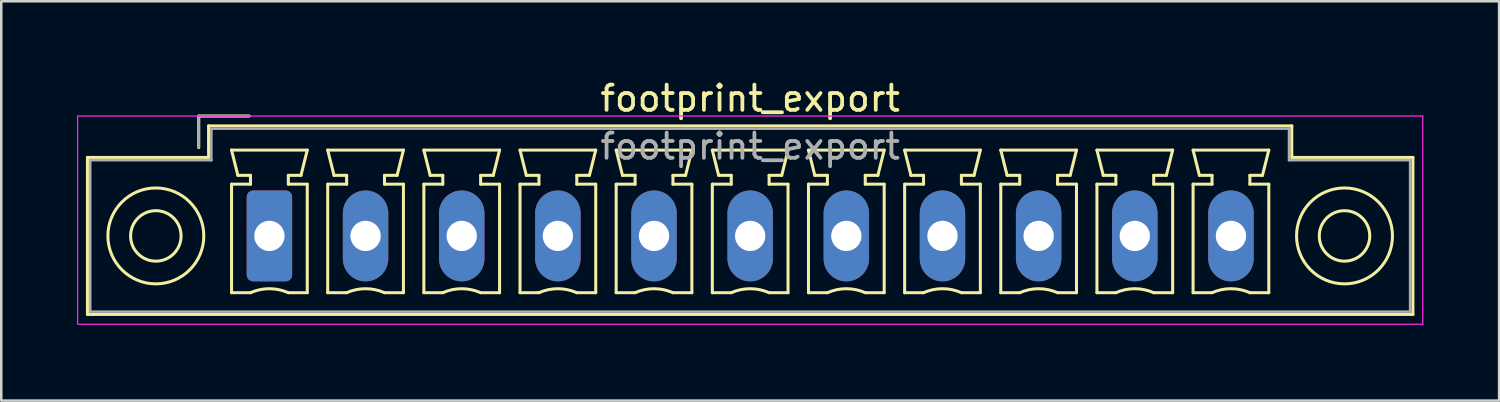
<source format=kicad_pcb>
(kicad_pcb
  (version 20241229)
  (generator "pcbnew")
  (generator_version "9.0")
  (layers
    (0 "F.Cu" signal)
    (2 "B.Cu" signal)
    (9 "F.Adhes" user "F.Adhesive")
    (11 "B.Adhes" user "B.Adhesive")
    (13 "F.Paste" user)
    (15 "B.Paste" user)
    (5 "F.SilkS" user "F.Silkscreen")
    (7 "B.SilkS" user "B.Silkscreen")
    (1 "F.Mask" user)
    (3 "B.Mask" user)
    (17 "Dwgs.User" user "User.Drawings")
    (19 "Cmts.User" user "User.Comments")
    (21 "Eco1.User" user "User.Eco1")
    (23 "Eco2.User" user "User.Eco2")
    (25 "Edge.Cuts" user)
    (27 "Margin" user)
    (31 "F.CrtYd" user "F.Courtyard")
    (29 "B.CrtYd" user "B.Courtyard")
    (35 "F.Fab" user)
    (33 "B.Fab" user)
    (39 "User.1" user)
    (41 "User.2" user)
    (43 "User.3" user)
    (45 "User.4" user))
  (footprint "footprint_export"
    (layer "F.Cu")
    (at 7.625 6.298)
    (property "Reference" "footprint_export" (at 19.05 -5.45 0) (layer "F.SilkS") (effects (font (size 1 1) (thickness 0.15))))
    (attr through_hole)
    (fp_line (start -7.21 -3.11) (end -7.21 3.11) (stroke (width 0.12) (type solid)) (layer "F.SilkS"))
    (fp_line (start -7.21 3.11) (end 45.31 3.11) (stroke (width 0.12) (type solid)) (layer "F.SilkS"))
    (fp_line (start -2.8 -4.75) (end -0.8 -4.75) (stroke (width 0.12) (type solid)) (layer "F.SilkS"))
    (fp_line (start -2.8 -3.5) (end -2.8 -4.75) (stroke (width 0.12) (type solid)) (layer "F.SilkS"))
    (fp_line (start -2.41 -4.36) (end -2.41 -3.11) (stroke (width 0.12) (type solid)) (layer "F.SilkS"))
    (fp_line (start -2.41 -3.11) (end -7.21 -3.11) (stroke (width 0.12) (type solid)) (layer "F.SilkS"))
    (fp_line (start -1.5 -3.4) (end 1.5 -3.4) (stroke (width 0.12) (type solid)) (layer "F.SilkS"))
    (fp_line (start -1.5 -2.05) (end -0.75 -2.05) (stroke (width 0.12) (type solid)) (layer "F.SilkS"))
    (fp_line (start -1.5 2.25) (end -1.5 -2.05) (stroke (width 0.12) (type solid)) (layer "F.SilkS"))
    (fp_line (start -1.25 -2.4) (end -1.5 -3.4) (stroke (width 0.12) (type solid)) (layer "F.SilkS"))
    (fp_line (start -0.75 -2.4) (end -1.25 -2.4) (stroke (width 0.12) (type solid)) (layer "F.SilkS"))
    (fp_line (start -0.75 -2.05) (end -0.75 -2.4) (stroke (width 0.12) (type solid)) (layer "F.SilkS"))
    (fp_line (start -0.75 2.25) (end -1.5 2.25) (stroke (width 0.12) (type solid)) (layer "F.SilkS"))
    (fp_line (start 0.75 -2.4) (end 0.75 -2.05) (stroke (width 0.12) (type solid)) (layer "F.SilkS"))
    (fp_line (start 0.75 -2.05) (end 1.5 -2.05) (stroke (width 0.12) (type solid)) (layer "F.SilkS"))
    (fp_line (start 1.25 -2.4) (end 0.75 -2.4) (stroke (width 0.12) (type solid)) (layer "F.SilkS"))
    (fp_line (start 1.5 -3.4) (end 1.25 -2.4) (stroke (width 0.12) (type solid)) (layer "F.SilkS"))
    (fp_line (start 1.5 -2.05) (end 1.5 2.25) (stroke (width 0.12) (type solid)) (layer "F.SilkS"))
    (fp_line (start 1.5 2.25) (end 0.75 2.25) (stroke (width 0.12) (type solid)) (layer "F.SilkS"))
    (fp_line (start 2.31 -3.4) (end 5.31 -3.4) (stroke (width 0.12) (type solid)) (layer "F.SilkS"))
    (fp_line (start 2.31 -2.05) (end 3.06 -2.05) (stroke (width 0.12) (type solid)) (layer "F.SilkS"))
    (fp_line (start 2.31 2.25) (end 2.31 -2.05) (stroke (width 0.12) (type solid)) (layer "F.SilkS"))
    (fp_line (start 2.56 -2.4) (end 2.31 -3.4) (stroke (width 0.12) (type solid)) (layer "F.SilkS"))
    (fp_line (start 3.06 -2.4) (end 2.56 -2.4) (stroke (width 0.12) (type solid)) (layer "F.SilkS"))
    (fp_line (start 3.06 -2.05) (end 3.06 -2.4) (stroke (width 0.12) (type solid)) (layer "F.SilkS"))
    (fp_line (start 3.06 2.25) (end 2.31 2.25) (stroke (width 0.12) (type solid)) (layer "F.SilkS"))
    (fp_line (start 4.56 -2.4) (end 4.56 -2.05) (stroke (width 0.12) (type solid)) (layer "F.SilkS"))
    (fp_line (start 4.56 -2.05) (end 5.31 -2.05) (stroke (width 0.12) (type solid)) (layer "F.SilkS"))
    (fp_line (start 5.06 -2.4) (end 4.56 -2.4) (stroke (width 0.12) (type solid)) (layer "F.SilkS"))
    (fp_line (start 5.31 -3.4) (end 5.06 -2.4) (stroke (width 0.12) (type solid)) (layer "F.SilkS"))
    (fp_line (start 5.31 -2.05) (end 5.31 2.25) (stroke (width 0.12) (type solid)) (layer "F.SilkS"))
    (fp_line (start 5.31 2.25) (end 4.56 2.25) (stroke (width 0.12) (type solid)) (layer "F.SilkS"))
    (fp_line (start 6.12 -3.4) (end 9.12 -3.4) (stroke (width 0.12) (type solid)) (layer "F.SilkS"))
    (fp_line (start 6.12 -2.05) (end 6.87 -2.05) (stroke (width 0.12) (type solid)) (layer "F.SilkS"))
    (fp_line (start 6.12 2.25) (end 6.12 -2.05) (stroke (width 0.12) (type solid)) (layer "F.SilkS"))
    (fp_line (start 6.37 -2.4) (end 6.12 -3.4) (stroke (width 0.12) (type solid)) (layer "F.SilkS"))
    (fp_line (start 6.87 -2.4) (end 6.37 -2.4) (stroke (width 0.12) (type solid)) (layer "F.SilkS"))
    (fp_line (start 6.87 -2.05) (end 6.87 -2.4) (stroke (width 0.12) (type solid)) (layer "F.SilkS"))
    (fp_line (start 6.87 2.25) (end 6.12 2.25) (stroke (width 0.12) (type solid)) (layer "F.SilkS"))
    (fp_line (start 8.37 -2.4) (end 8.37 -2.05) (stroke (width 0.12) (type solid)) (layer "F.SilkS"))
    (fp_line (start 8.37 -2.05) (end 9.12 -2.05) (stroke (width 0.12) (type solid)) (layer "F.SilkS"))
    (fp_line (start 8.87 -2.4) (end 8.37 -2.4) (stroke (width 0.12) (type solid)) (layer "F.SilkS"))
    (fp_line (start 9.12 -3.4) (end 8.87 -2.4) (stroke (width 0.12) (type solid)) (layer "F.SilkS"))
    (fp_line (start 9.12 -2.05) (end 9.12 2.25) (stroke (width 0.12) (type solid)) (layer "F.SilkS"))
    (fp_line (start 9.12 2.25) (end 8.37 2.25) (stroke (width 0.12) (type solid)) (layer "F.SilkS"))
    (fp_line (start 9.93 -3.4) (end 12.93 -3.4) (stroke (width 0.12) (type solid)) (layer "F.SilkS"))
    (fp_line (start 9.93 -2.05) (end 10.68 -2.05) (stroke (width 0.12) (type solid)) (layer "F.SilkS"))
    (fp_line (start 9.93 2.25) (end 9.93 -2.05) (stroke (width 0.12) (type solid)) (layer "F.SilkS"))
    (fp_line (start 10.18 -2.4) (end 9.93 -3.4) (stroke (width 0.12) (type solid)) (layer "F.SilkS"))
    (fp_line (start 10.68 -2.4) (end 10.18 -2.4) (stroke (width 0.12) (type solid)) (layer "F.SilkS"))
    (fp_line (start 10.68 -2.05) (end 10.68 -2.4) (stroke (width 0.12) (type solid)) (layer "F.SilkS"))
    (fp_line (start 10.68 2.25) (end 9.93 2.25) (stroke (width 0.12) (type solid)) (layer "F.SilkS"))
    (fp_line (start 12.18 -2.4) (end 12.18 -2.05) (stroke (width 0.12) (type solid)) (layer "F.SilkS"))
    (fp_line (start 12.18 -2.05) (end 12.93 -2.05) (stroke (width 0.12) (type solid)) (layer "F.SilkS"))
    (fp_line (start 12.68 -2.4) (end 12.18 -2.4) (stroke (width 0.12) (type solid)) (layer "F.SilkS"))
    (fp_line (start 12.93 -3.4) (end 12.68 -2.4) (stroke (width 0.12) (type solid)) (layer "F.SilkS"))
    (fp_line (start 12.93 -2.05) (end 12.93 2.25) (stroke (width 0.12) (type solid)) (layer "F.SilkS"))
    (fp_line (start 12.93 2.25) (end 12.18 2.25) (stroke (width 0.12) (type solid)) (layer "F.SilkS"))
    (fp_line (start 13.74 -3.4) (end 16.74 -3.4) (stroke (width 0.12) (type solid)) (layer "F.SilkS"))
    (fp_line (start 13.74 -2.05) (end 14.49 -2.05) (stroke (width 0.12) (type solid)) (layer "F.SilkS"))
    (fp_line (start 13.74 2.25) (end 13.74 -2.05) (stroke (width 0.12) (type solid)) (layer "F.SilkS"))
    (fp_line (start 13.99 -2.4) (end 13.74 -3.4) (stroke (width 0.12) (type solid)) (layer "F.SilkS"))
    (fp_line (start 14.49 -2.4) (end 13.99 -2.4) (stroke (width 0.12) (type solid)) (layer "F.SilkS"))
    (fp_line (start 14.49 -2.05) (end 14.49 -2.4) (stroke (width 0.12) (type solid)) (layer "F.SilkS"))
    (fp_line (start 14.49 2.25) (end 13.74 2.25) (stroke (width 0.12) (type solid)) (layer "F.SilkS"))
    (fp_line (start 15.99 -2.4) (end 15.99 -2.05) (stroke (width 0.12) (type solid)) (layer "F.SilkS"))
    (fp_line (start 15.99 -2.05) (end 16.74 -2.05) (stroke (width 0.12) (type solid)) (layer "F.SilkS"))
    (fp_line (start 16.49 -2.4) (end 15.99 -2.4) (stroke (width 0.12) (type solid)) (layer "F.SilkS"))
    (fp_line (start 16.74 -3.4) (end 16.49 -2.4) (stroke (width 0.12) (type solid)) (layer "F.SilkS"))
    (fp_line (start 16.74 -2.05) (end 16.74 2.25) (stroke (width 0.12) (type solid)) (layer "F.SilkS"))
    (fp_line (start 16.74 2.25) (end 15.99 2.25) (stroke (width 0.12) (type solid)) (layer "F.SilkS"))
    (fp_line (start 17.55 -3.4) (end 20.55 -3.4) (stroke (width 0.12) (type solid)) (layer "F.SilkS"))
    (fp_line (start 17.55 -2.05) (end 18.3 -2.05) (stroke (width 0.12) (type solid)) (layer "F.SilkS"))
    (fp_line (start 17.55 2.25) (end 17.55 -2.05) (stroke (width 0.12) (type solid)) (layer "F.SilkS"))
    (fp_line (start 17.8 -2.4) (end 17.55 -3.4) (stroke (width 0.12) (type solid)) (layer "F.SilkS"))
    (fp_line (start 18.3 -2.4) (end 17.8 -2.4) (stroke (width 0.12) (type solid)) (layer "F.SilkS"))
    (fp_line (start 18.3 -2.05) (end 18.3 -2.4) (stroke (width 0.12) (type solid)) (layer "F.SilkS"))
    (fp_line (start 18.3 2.25) (end 17.55 2.25) (stroke (width 0.12) (type solid)) (layer "F.SilkS"))
    (fp_line (start 19.8 -2.4) (end 19.8 -2.05) (stroke (width 0.12) (type solid)) (layer "F.SilkS"))
    (fp_line (start 19.8 -2.05) (end 20.55 -2.05) (stroke (width 0.12) (type solid)) (layer "F.SilkS"))
    (fp_line (start 20.3 -2.4) (end 19.8 -2.4) (stroke (width 0.12) (type solid)) (layer "F.SilkS"))
    (fp_line (start 20.55 -3.4) (end 20.3 -2.4) (stroke (width 0.12) (type solid)) (layer "F.SilkS"))
    (fp_line (start 20.55 -2.05) (end 20.55 2.25) (stroke (width 0.12) (type solid)) (layer "F.SilkS"))
    (fp_line (start 20.55 2.25) (end 19.8 2.25) (stroke (width 0.12) (type solid)) (layer "F.SilkS"))
    (fp_line (start 21.36 -3.4) (end 24.36 -3.4) (stroke (width 0.12) (type solid)) (layer "F.SilkS"))
    (fp_line (start 21.36 -2.05) (end 22.11 -2.05) (stroke (width 0.12) (type solid)) (layer "F.SilkS"))
    (fp_line (start 21.36 2.25) (end 21.36 -2.05) (stroke (width 0.12) (type solid)) (layer "F.SilkS"))
    (fp_line (start 21.61 -2.4) (end 21.36 -3.4) (stroke (width 0.12) (type solid)) (layer "F.SilkS"))
    (fp_line (start 22.11 -2.4) (end 21.61 -2.4) (stroke (width 0.12) (type solid)) (layer "F.SilkS"))
    (fp_line (start 22.11 -2.05) (end 22.11 -2.4) (stroke (width 0.12) (type solid)) (layer "F.SilkS"))
    (fp_line (start 22.11 2.25) (end 21.36 2.25) (stroke (width 0.12) (type solid)) (layer "F.SilkS"))
    (fp_line (start 23.61 -2.4) (end 23.61 -2.05) (stroke (width 0.12) (type solid)) (layer "F.SilkS"))
    (fp_line (start 23.61 -2.05) (end 24.36 -2.05) (stroke (width 0.12) (type solid)) (layer "F.SilkS"))
    (fp_line (start 24.11 -2.4) (end 23.61 -2.4) (stroke (width 0.12) (type solid)) (layer "F.SilkS"))
    (fp_line (start 24.36 -3.4) (end 24.11 -2.4) (stroke (width 0.12) (type solid)) (layer "F.SilkS"))
    (fp_line (start 24.36 -2.05) (end 24.36 2.25) (stroke (width 0.12) (type solid)) (layer "F.SilkS"))
    (fp_line (start 24.36 2.25) (end 23.61 2.25) (stroke (width 0.12) (type solid)) (layer "F.SilkS"))
    (fp_line (start 25.17 -3.4) (end 28.17 -3.4) (stroke (width 0.12) (type solid)) (layer "F.SilkS"))
    (fp_line (start 25.17 -2.05) (end 25.92 -2.05) (stroke (width 0.12) (type solid)) (layer "F.SilkS"))
    (fp_line (start 25.17 2.25) (end 25.17 -2.05) (stroke (width 0.12) (type solid)) (layer "F.SilkS"))
    (fp_line (start 25.42 -2.4) (end 25.17 -3.4) (stroke (width 0.12) (type solid)) (layer "F.SilkS"))
    (fp_line (start 25.92 -2.4) (end 25.42 -2.4) (stroke (width 0.12) (type solid)) (layer "F.SilkS"))
    (fp_line (start 25.92 -2.05) (end 25.92 -2.4) (stroke (width 0.12) (type solid)) (layer "F.SilkS"))
    (fp_line (start 25.92 2.25) (end 25.17 2.25) (stroke (width 0.12) (type solid)) (layer "F.SilkS"))
    (fp_line (start 27.42 -2.4) (end 27.42 -2.05) (stroke (width 0.12) (type solid)) (layer "F.SilkS"))
    (fp_line (start 27.42 -2.05) (end 28.17 -2.05) (stroke (width 0.12) (type solid)) (layer "F.SilkS"))
    (fp_line (start 27.92 -2.4) (end 27.42 -2.4) (stroke (width 0.12) (type solid)) (layer "F.SilkS"))
    (fp_line (start 28.17 -3.4) (end 27.92 -2.4) (stroke (width 0.12) (type solid)) (layer "F.SilkS"))
    (fp_line (start 28.17 -2.05) (end 28.17 2.25) (stroke (width 0.12) (type solid)) (layer "F.SilkS"))
    (fp_line (start 28.17 2.25) (end 27.42 2.25) (stroke (width 0.12) (type solid)) (layer "F.SilkS"))
    (fp_line (start 28.98 -3.4) (end 31.98 -3.4) (stroke (width 0.12) (type solid)) (layer "F.SilkS"))
    (fp_line (start 28.98 -2.05) (end 29.73 -2.05) (stroke (width 0.12) (type solid)) (layer "F.SilkS"))
    (fp_line (start 28.98 2.25) (end 28.98 -2.05) (stroke (width 0.12) (type solid)) (layer "F.SilkS"))
    (fp_line (start 29.23 -2.4) (end 28.98 -3.4) (stroke (width 0.12) (type solid)) (layer "F.SilkS"))
    (fp_line (start 29.73 -2.4) (end 29.23 -2.4) (stroke (width 0.12) (type solid)) (layer "F.SilkS"))
    (fp_line (start 29.73 -2.05) (end 29.73 -2.4) (stroke (width 0.12) (type solid)) (layer "F.SilkS"))
    (fp_line (start 29.73 2.25) (end 28.98 2.25) (stroke (width 0.12) (type solid)) (layer "F.SilkS"))
    (fp_line (start 31.23 -2.4) (end 31.23 -2.05) (stroke (width 0.12) (type solid)) (layer "F.SilkS"))
    (fp_line (start 31.23 -2.05) (end 31.98 -2.05) (stroke (width 0.12) (type solid)) (layer "F.SilkS"))
    (fp_line (start 31.73 -2.4) (end 31.23 -2.4) (stroke (width 0.12) (type solid)) (layer "F.SilkS"))
    (fp_line (start 31.98 -3.4) (end 31.73 -2.4) (stroke (width 0.12) (type solid)) (layer "F.SilkS"))
    (fp_line (start 31.98 -2.05) (end 31.98 2.25) (stroke (width 0.12) (type solid)) (layer "F.SilkS"))
    (fp_line (start 31.98 2.25) (end 31.23 2.25) (stroke (width 0.12) (type solid)) (layer "F.SilkS"))
    (fp_line (start 32.79 -3.4) (end 35.79 -3.4) (stroke (width 0.12) (type solid)) (layer "F.SilkS"))
    (fp_line (start 32.79 -2.05) (end 33.54 -2.05) (stroke (width 0.12) (type solid)) (layer "F.SilkS"))
    (fp_line (start 32.79 2.25) (end 32.79 -2.05) (stroke (width 0.12) (type solid)) (layer "F.SilkS"))
    (fp_line (start 33.04 -2.4) (end 32.79 -3.4) (stroke (width 0.12) (type solid)) (layer "F.SilkS"))
    (fp_line (start 33.54 -2.4) (end 33.04 -2.4) (stroke (width 0.12) (type solid)) (layer "F.SilkS"))
    (fp_line (start 33.54 -2.05) (end 33.54 -2.4) (stroke (width 0.12) (type solid)) (layer "F.SilkS"))
    (fp_line (start 33.54 2.25) (end 32.79 2.25) (stroke (width 0.12) (type solid)) (layer "F.SilkS"))
    (fp_line (start 35.04 -2.4) (end 35.04 -2.05) (stroke (width 0.12) (type solid)) (layer "F.SilkS"))
    (fp_line (start 35.04 -2.05) (end 35.79 -2.05) (stroke (width 0.12) (type solid)) (layer "F.SilkS"))
    (fp_line (start 35.54 -2.4) (end 35.04 -2.4) (stroke (width 0.12) (type solid)) (layer "F.SilkS"))
    (fp_line (start 35.79 -3.4) (end 35.54 -2.4) (stroke (width 0.12) (type solid)) (layer "F.SilkS"))
    (fp_line (start 35.79 -2.05) (end 35.79 2.25) (stroke (width 0.12) (type solid)) (layer "F.SilkS"))
    (fp_line (start 35.79 2.25) (end 35.04 2.25) (stroke (width 0.12) (type solid)) (layer "F.SilkS"))
    (fp_line (start 36.6 -3.4) (end 39.6 -3.4) (stroke (width 0.12) (type solid)) (layer "F.SilkS"))
    (fp_line (start 36.6 -2.05) (end 37.35 -2.05) (stroke (width 0.12) (type solid)) (layer "F.SilkS"))
    (fp_line (start 36.6 2.25) (end 36.6 -2.05) (stroke (width 0.12) (type solid)) (layer "F.SilkS"))
    (fp_line (start 36.85 -2.4) (end 36.6 -3.4) (stroke (width 0.12) (type solid)) (layer "F.SilkS"))
    (fp_line (start 37.35 -2.4) (end 36.85 -2.4) (stroke (width 0.12) (type solid)) (layer "F.SilkS"))
    (fp_line (start 37.35 -2.05) (end 37.35 -2.4) (stroke (width 0.12) (type solid)) (layer "F.SilkS"))
    (fp_line (start 37.35 2.25) (end 36.6 2.25) (stroke (width 0.12) (type solid)) (layer "F.SilkS"))
    (fp_line (start 38.85 -2.4) (end 38.85 -2.05) (stroke (width 0.12) (type solid)) (layer "F.SilkS"))
    (fp_line (start 38.85 -2.05) (end 39.6 -2.05) (stroke (width 0.12) (type solid)) (layer "F.SilkS"))
    (fp_line (start 39.35 -2.4) (end 38.85 -2.4) (stroke (width 0.12) (type solid)) (layer "F.SilkS"))
    (fp_line (start 39.6 -3.4) (end 39.35 -2.4) (stroke (width 0.12) (type solid)) (layer "F.SilkS"))
    (fp_line (start 39.6 -2.05) (end 39.6 2.25) (stroke (width 0.12) (type solid)) (layer "F.SilkS"))
    (fp_line (start 39.6 2.25) (end 38.85 2.25) (stroke (width 0.12) (type solid)) (layer "F.SilkS"))
    (fp_line (start 40.51 -4.36) (end -2.41 -4.36) (stroke (width 0.12) (type solid)) (layer "F.SilkS"))
    (fp_line (start 40.51 -3.11) (end 40.51 -4.36) (stroke (width 0.12) (type solid)) (layer "F.SilkS"))
    (fp_line (start 45.31 -3.11) (end 40.51 -3.11) (stroke (width 0.12) (type solid)) (layer "F.SilkS"))
    (fp_line (start 45.31 3.11) (end 45.31 -3.11) (stroke (width 0.12) (type solid)) (layer "F.SilkS"))
    (fp_arc (start -0.75 2.25) (mid -0.000193 2.09191) (end 0.749647 2.249844) (stroke (width 0.12) (type solid)) (layer "F.SilkS"))
    (fp_arc (start 3.06 2.25) (mid 3.809807 2.09191) (end 4.559647 2.249844) (stroke (width 0.12) (type solid)) (layer "F.SilkS"))
    (fp_arc (start 6.87 2.25) (mid 7.619807 2.09191) (end 8.369647 2.249844) (stroke (width 0.12) (type solid)) (layer "F.SilkS"))
    (fp_arc (start 10.68 2.25) (mid 11.429807 2.09191) (end 12.179647 2.249844) (stroke (width 0.12) (type solid)) (layer "F.SilkS"))
    (fp_arc (start 14.49 2.25) (mid 15.239807 2.09191) (end 15.989647 2.249844) (stroke (width 0.12) (type solid)) (layer "F.SilkS"))
    (fp_arc (start 18.3 2.25) (mid 19.049807 2.09191) (end 19.799647 2.249844) (stroke (width 0.12) (type solid)) (layer "F.SilkS"))
    (fp_arc (start 22.11 2.25) (mid 22.859807 2.09191) (end 23.609647 2.249844) (stroke (width 0.12) (type solid)) (layer "F.SilkS"))
    (fp_arc (start 25.92 2.25) (mid 26.669807 2.09191) (end 27.419647 2.249844) (stroke (width 0.12) (type solid)) (layer "F.SilkS"))
    (fp_arc (start 29.73 2.25) (mid 30.479807 2.09191) (end 31.229647 2.249844) (stroke (width 0.12) (type solid)) (layer "F.SilkS"))
    (fp_arc (start 33.54 2.25) (mid 34.289807 2.09191) (end 35.039647 2.249844) (stroke (width 0.12) (type solid)) (layer "F.SilkS"))
    (fp_arc (start 37.35 2.25) (mid 38.099807 2.09191) (end 38.849647 2.249844) (stroke (width 0.12) (type solid)) (layer "F.SilkS"))
    (fp_circle (center -4.5 0) (end -3.5 0) (stroke (width 0.12) (type solid)) (fill no) (layer "F.SilkS"))
    (fp_circle (center -4.5 0) (end -2.6 0) (stroke (width 0.12) (type solid)) (fill no) (layer "F.SilkS"))
    (fp_circle (center 42.6 0) (end 43.6 0) (stroke (width 0.12) (type solid)) (fill no) (layer "F.SilkS"))
    (fp_circle (center 42.6 0) (end 44.5 0) (stroke (width 0.12) (type solid)) (fill no) (layer "F.SilkS"))
    (fp_line (start -7.6 -4.75) (end -7.6 3.5) (stroke (width 0.05) (type solid)) (layer "F.CrtYd"))
    (fp_line (start -7.6 3.5) (end 45.7 3.5) (stroke (width 0.05) (type solid)) (layer "F.CrtYd"))
    (fp_line (start 45.7 -4.75) (end -7.6 -4.75) (stroke (width 0.05) (type solid)) (layer "F.CrtYd"))
    (fp_line (start 45.7 3.5) (end 45.7 -4.75) (stroke (width 0.05) (type solid)) (layer "F.CrtYd"))
    (fp_line (start -7.1 -3) (end -7.1 3) (stroke (width 0.1) (type solid)) (layer "F.Fab"))
    (fp_line (start -7.1 3) (end 45.2 3) (stroke (width 0.1) (type solid)) (layer "F.Fab"))
    (fp_line (start -2.8 -4.75) (end -0.8 -4.75) (stroke (width 0.1) (type solid)) (layer "F.Fab"))
    (fp_line (start -2.8 -3.5) (end -2.8 -4.75) (stroke (width 0.1) (type solid)) (layer "F.Fab"))
    (fp_line (start -2.3 -4.25) (end -2.3 -3) (stroke (width 0.1) (type solid)) (layer "F.Fab"))
    (fp_line (start -2.3 -3) (end -7.1 -3) (stroke (width 0.1) (type solid)) (layer "F.Fab"))
    (fp_line (start 40.4 -4.25) (end -2.3 -4.25) (stroke (width 0.1) (type solid)) (layer "F.Fab"))
    (fp_line (start 40.4 -3) (end 40.4 -4.25) (stroke (width 0.1) (type solid)) (layer "F.Fab"))
    (fp_line (start 45.2 -3) (end 40.4 -3) (stroke (width 0.1) (type solid)) (layer "F.Fab"))
    (fp_line (start 45.2 3) (end 45.2 -3) (stroke (width 0.1) (type solid)) (layer "F.Fab"))
    (fp_text user "${REFERENCE}" (at 19.05 -3.55 0) (layer "F.Fab") (effects (font (size 1 1) (thickness 0.15))))
    (pad "1" thru_hole roundrect (at 0 0) (size 1.8 3.6) (drill 1.2) (layers "*.Cu" "*.Mask") (roundrect_rratio 0.139))
    (pad "2" thru_hole oval (at 3.81 0) (size 1.8 3.6) (drill 1.2) (layers "*.Cu" "*.Mask"))
    (pad "3" thru_hole oval (at 7.62 0) (size 1.8 3.6) (drill 1.2) (layers "*.Cu" "*.Mask"))
    (pad "4" thru_hole oval (at 11.43 0) (size 1.8 3.6) (drill 1.2) (layers "*.Cu" "*.Mask"))
    (pad "5" thru_hole oval (at 15.24 0) (size 1.8 3.6) (drill 1.2) (layers "*.Cu" "*.Mask"))
    (pad "6" thru_hole oval (at 19.05 0) (size 1.8 3.6) (drill 1.2) (layers "*.Cu" "*.Mask"))
    (pad "7" thru_hole oval (at 22.86 0) (size 1.8 3.6) (drill 1.2) (layers "*.Cu" "*.Mask"))
    (pad "8" thru_hole oval (at 26.67 0) (size 1.8 3.6) (drill 1.2) (layers "*.Cu" "*.Mask"))
    (pad "9" thru_hole oval (at 30.48 0) (size 1.8 3.6) (drill 1.2) (layers "*.Cu" "*.Mask"))
    (pad "10" thru_hole oval (at 34.29 0) (size 1.8 3.6) (drill 1.2) (layers "*.Cu" "*.Mask"))
    (pad "11" thru_hole oval (at 38.1 0) (size 1.8 3.6) (drill 1.2) (layers "*.Cu" "*.Mask")))
  (gr_rect
    (start -3 -3)
    (end 56.35 12.823)
    (stroke (width 0.1) (type default))
    (fill no)
    (layer "Edge.Cuts")))
</source>
